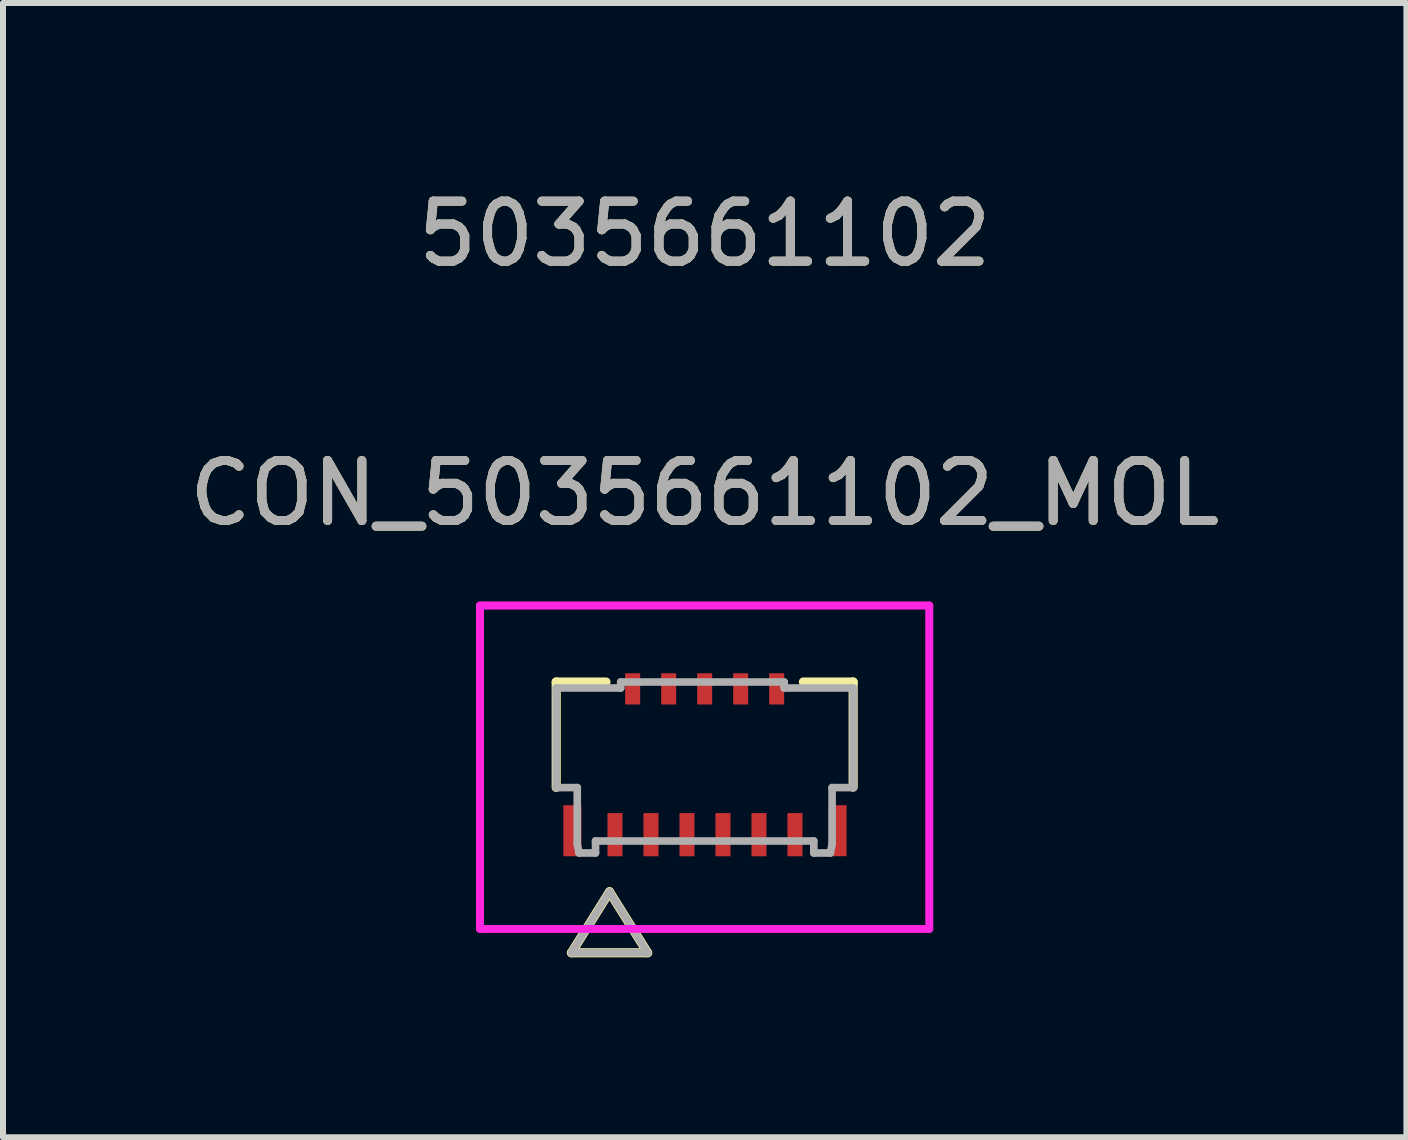
<source format=kicad_pcb>
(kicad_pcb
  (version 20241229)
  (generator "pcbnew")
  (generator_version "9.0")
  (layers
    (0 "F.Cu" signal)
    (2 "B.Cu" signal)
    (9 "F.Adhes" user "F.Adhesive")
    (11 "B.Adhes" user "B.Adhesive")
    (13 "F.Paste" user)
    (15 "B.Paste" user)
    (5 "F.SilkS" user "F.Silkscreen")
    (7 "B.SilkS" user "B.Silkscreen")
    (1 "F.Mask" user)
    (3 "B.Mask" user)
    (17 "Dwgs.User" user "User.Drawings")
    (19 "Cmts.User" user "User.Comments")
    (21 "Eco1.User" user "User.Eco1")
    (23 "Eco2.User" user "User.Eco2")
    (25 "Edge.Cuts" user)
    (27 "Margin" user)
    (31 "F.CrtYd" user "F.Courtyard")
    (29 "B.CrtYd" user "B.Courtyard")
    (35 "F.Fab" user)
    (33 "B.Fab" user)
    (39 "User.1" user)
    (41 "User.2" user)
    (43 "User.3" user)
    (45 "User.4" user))
  (footprint "CON_5035661102_MOL"
    (layer "F.Cu")
    (at 8.696 9.743)
    (property "Reference" "CON_5035661102_MOL" (at 0 -4.572 0) (unlocked yes) (layer "F.SilkS") (effects (font (size 1 1) (thickness 0.15))))
    (attr smd)
    (fp_line (start -2.475 -1.425) (end -1.645 -1.425) (stroke (width 0.152) (type solid)) (layer "F.SilkS"))
    (fp_line (start -2.475 0.332) (end -2.475 -1.425) (stroke (width 0.152) (type solid)) (layer "F.SilkS"))
    (fp_line (start -2.221 3.088) (end -1.586 2.072) (stroke (width 0.152) (type solid)) (layer "F.SilkS"))
    (fp_line (start -0.951 3.088) (end -2.221 3.088) (stroke (width 0.152) (type solid)) (layer "F.SilkS"))
    (fp_line (start -0.951 3.088) (end -1.586 2.072) (stroke (width 0.152) (type solid)) (layer "F.SilkS"))
    (fp_line (start 1.645 -1.425) (end 2.475 -1.425) (stroke (width 0.152) (type solid)) (layer "F.SilkS"))
    (fp_line (start 2.475 -1.425) (end 2.475 0.328) (stroke (width 0.152) (type solid)) (layer "F.SilkS"))
    (fp_line (start -3.745 -2.7) (end -3.745 2.69) (stroke (width 0.127) (type solid)) (layer "F.CrtYd"))
    (fp_line (start -3.745 -2.7) (end -3.745 2.69) (stroke (width 0.127) (type solid)) (layer "F.CrtYd"))
    (fp_line (start -3.745 2.69) (end 3.745 2.69) (stroke (width 0.127) (type solid)) (layer "F.CrtYd"))
    (fp_line (start -3.745 2.69) (end 3.745 2.69) (stroke (width 0.127) (type solid)) (layer "F.CrtYd"))
    (fp_line (start 3.745 -2.7) (end -3.745 -2.7) (stroke (width 0.127) (type solid)) (layer "F.CrtYd"))
    (fp_line (start 3.745 -2.7) (end -3.745 -2.7) (stroke (width 0.127) (type solid)) (layer "F.CrtYd"))
    (fp_line (start 3.745 2.69) (end 3.745 -2.7) (stroke (width 0.127) (type solid)) (layer "F.CrtYd"))
    (fp_line (start 3.745 2.69) (end 3.745 -2.7) (stroke (width 0.127) (type solid)) (layer "F.CrtYd"))
    (fp_line (start -2.475 -1.325) (end -2.475 0.335) (stroke (width 0.127) (type solid)) (layer "F.Fab"))
    (fp_line (start -2.475 0.335) (end -2.124 0.335) (stroke (width 0.127) (type solid)) (layer "F.Fab"))
    (fp_line (start -2.221 3.088) (end -1.586 2.072) (stroke (width 0.127) (type solid)) (layer "F.Fab"))
    (fp_line (start -2.124 0.335) (end -2.124 1.275) (stroke (width 0.127) (type solid)) (layer "F.Fab"))
    (fp_line (start -2.124 1.275) (end -2.095 1.425) (stroke (width 0.127) (type solid)) (layer "F.Fab"))
    (fp_line (start -2.095 1.425) (end -1.819 1.425) (stroke (width 0.127) (type solid)) (layer "F.Fab"))
    (fp_line (start -1.819 1.225) (end 1.819 1.225) (stroke (width 0.127) (type solid)) (layer "F.Fab"))
    (fp_line (start -1.819 1.425) (end -1.819 1.225) (stroke (width 0.127) (type solid)) (layer "F.Fab"))
    (fp_line (start -1.4 -1.425) (end -1.4 -1.325) (stroke (width 0.127) (type solid)) (layer "F.Fab"))
    (fp_line (start -1.4 -1.325) (end -2.475 -1.325) (stroke (width 0.127) (type solid)) (layer "F.Fab"))
    (fp_line (start -0.951 3.088) (end -2.221 3.088) (stroke (width 0.127) (type solid)) (layer "F.Fab"))
    (fp_line (start -0.951 3.088) (end -1.586 2.072) (stroke (width 0.127) (type solid)) (layer "F.Fab"))
    (fp_line (start 1.325 -1.425) (end -1.4 -1.425) (stroke (width 0.127) (type solid)) (layer "F.Fab"))
    (fp_line (start 1.325 -1.325) (end 1.325 -1.425) (stroke (width 0.127) (type solid)) (layer "F.Fab"))
    (fp_line (start 1.819 1.225) (end 1.819 1.425) (stroke (width 0.127) (type solid)) (layer "F.Fab"))
    (fp_line (start 1.819 1.425) (end 2.095 1.425) (stroke (width 0.127) (type solid)) (layer "F.Fab"))
    (fp_line (start 2.095 1.425) (end 2.124 1.275) (stroke (width 0.127) (type solid)) (layer "F.Fab"))
    (fp_line (start 2.124 0.335) (end 2.475 0.335) (stroke (width 0.127) (type solid)) (layer "F.Fab"))
    (fp_line (start 2.124 1.275) (end 2.124 0.335) (stroke (width 0.127) (type solid)) (layer "F.Fab"))
    (fp_line (start 2.475 -1.325) (end 1.325 -1.325) (stroke (width 0.127) (type solid)) (layer "F.Fab"))
    (fp_line (start 2.475 0.335) (end 2.475 -1.325) (stroke (width 0.127) (type solid)) (layer "F.Fab"))
    (fp_text user "5035661102" (at 0 -8.895 0) (unlocked yes) (layer "F.SilkS") (effects (font (size 1 1) (thickness 0.15))))
    (fp_text user "${REFERENCE}" (at 0 -4.572 0) (unlocked yes) (layer "F.Fab") (effects (font (size 1 1) (thickness 0.15))))
    (fp_text user "5035661102" (at 0 -8.895 0) (unlocked yes) (layer "F.Fab") (effects (font (size 1 1) (thickness 0.15))))
    (pad "1" smd rect (at -1.495 1.12) (size 0.25 0.72) (layers "F.Cu" "F.Mask" "F.Paste"))
    (pad "2" smd rect (at -1.2 -1.31) (size 0.25 0.52) (layers "F.Cu" "F.Mask" "F.Paste"))
    (pad "3" smd rect (at -0.895 1.12) (size 0.25 0.72) (layers "F.Cu" "F.Mask" "F.Paste"))
    (pad "4" smd rect (at -0.6 -1.31) (size 0.25 0.52) (layers "F.Cu" "F.Mask" "F.Paste"))
    (pad "5" smd rect (at -0.295 1.12) (size 0.25 0.72) (layers "F.Cu" "F.Mask" "F.Paste"))
    (pad "6" smd rect (at 0 -1.31) (size 0.25 0.52) (layers "F.Cu" "F.Mask" "F.Paste"))
    (pad "7" smd rect (at 0.305 1.12) (size 0.25 0.72) (layers "F.Cu" "F.Mask" "F.Paste"))
    (pad "8" smd rect (at 0.6 -1.31) (size 0.25 0.52) (layers "F.Cu" "F.Mask" "F.Paste"))
    (pad "9" smd rect (at 0.905 1.12) (size 0.25 0.72) (layers "F.Cu" "F.Mask" "F.Paste"))
    (pad "10" smd rect (at 1.2 -1.31) (size 0.25 0.52) (layers "F.Cu" "F.Mask" "F.Paste"))
    (pad "11" smd rect (at 1.505 1.12) (size 0.25 0.72) (layers "F.Cu" "F.Mask" "F.Paste"))
    (pad "P1" smd rect (at -2.205 1.054) (size 0.3 0.85) (layers "F.Cu" "F.Mask" "F.Paste"))
    (pad "P2" smd rect (at 2.215 1.054) (size 0.3 0.85) (layers "F.Cu" "F.Mask" "F.Paste")))
  (gr_rect
    (start -3 -3)
    (end 20.393 15.907)
    (stroke (width 0.1) (type default))
    (fill no)
    (layer "Edge.Cuts")))
</source>
